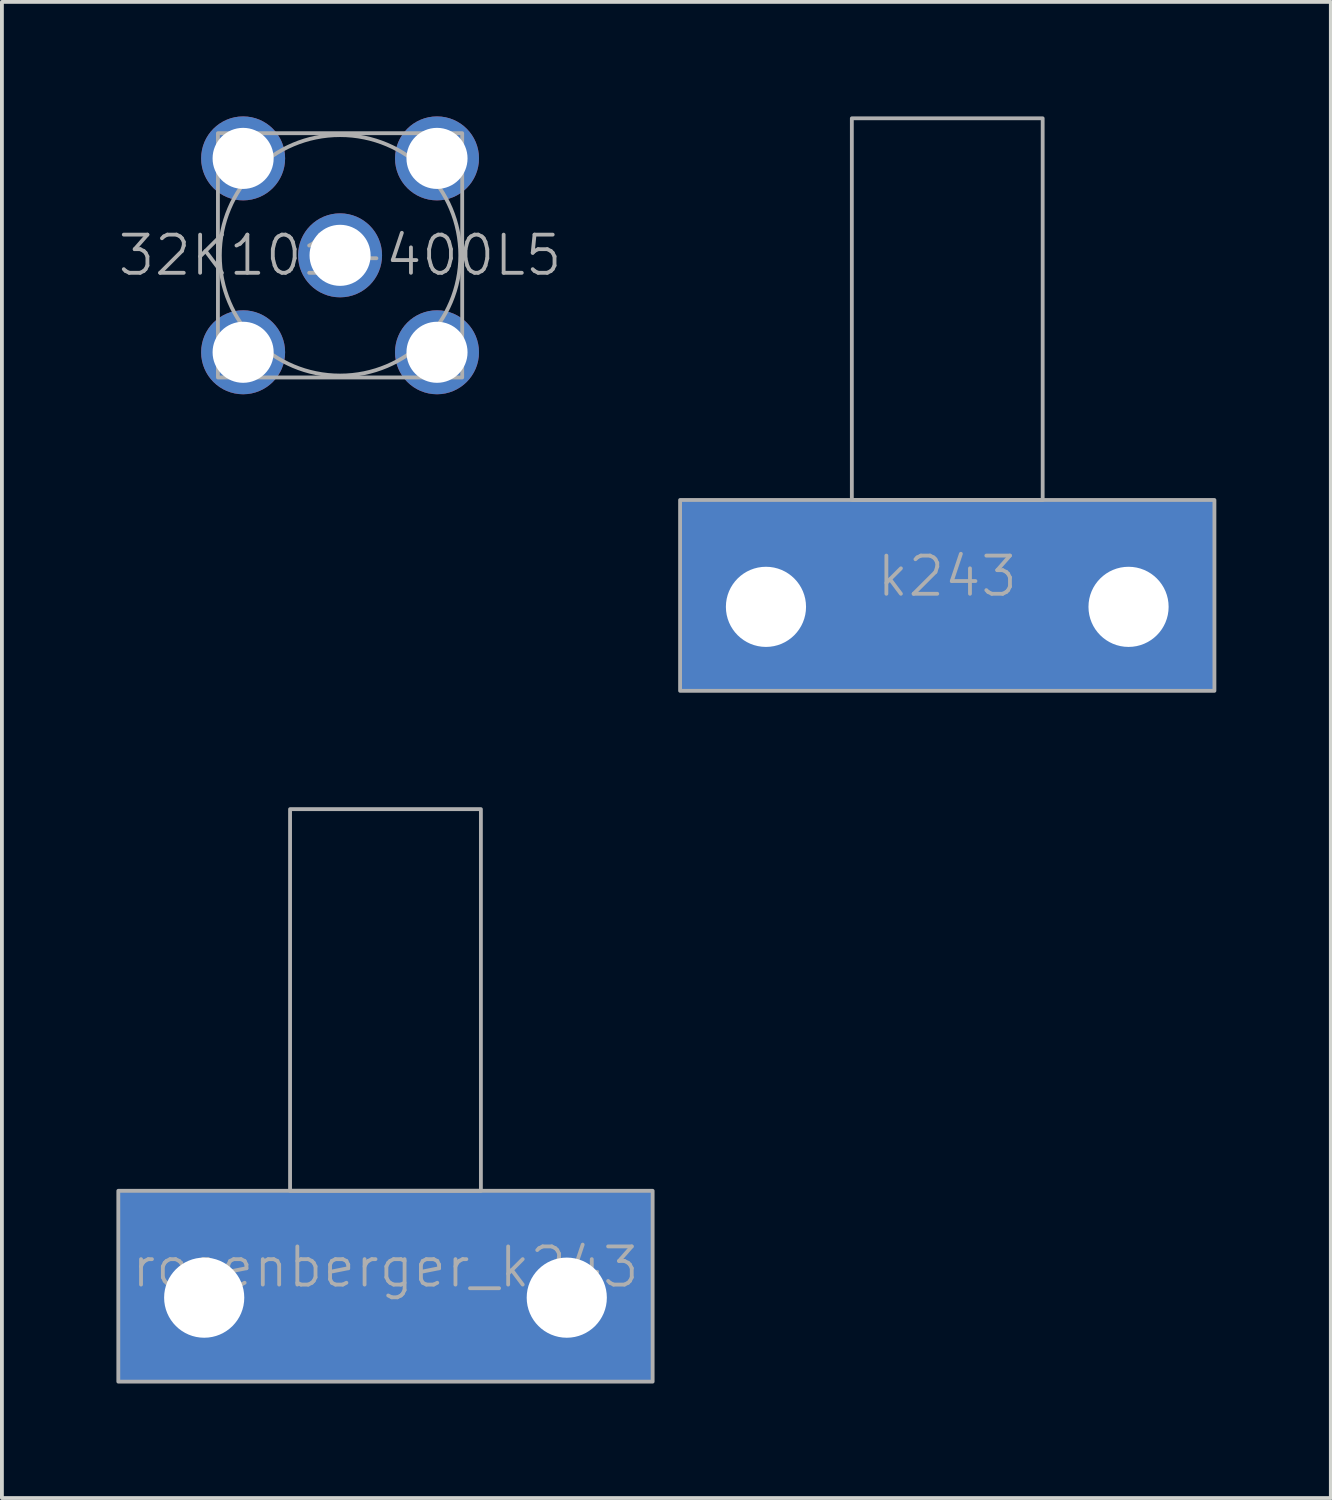
<source format=kicad_pcb>
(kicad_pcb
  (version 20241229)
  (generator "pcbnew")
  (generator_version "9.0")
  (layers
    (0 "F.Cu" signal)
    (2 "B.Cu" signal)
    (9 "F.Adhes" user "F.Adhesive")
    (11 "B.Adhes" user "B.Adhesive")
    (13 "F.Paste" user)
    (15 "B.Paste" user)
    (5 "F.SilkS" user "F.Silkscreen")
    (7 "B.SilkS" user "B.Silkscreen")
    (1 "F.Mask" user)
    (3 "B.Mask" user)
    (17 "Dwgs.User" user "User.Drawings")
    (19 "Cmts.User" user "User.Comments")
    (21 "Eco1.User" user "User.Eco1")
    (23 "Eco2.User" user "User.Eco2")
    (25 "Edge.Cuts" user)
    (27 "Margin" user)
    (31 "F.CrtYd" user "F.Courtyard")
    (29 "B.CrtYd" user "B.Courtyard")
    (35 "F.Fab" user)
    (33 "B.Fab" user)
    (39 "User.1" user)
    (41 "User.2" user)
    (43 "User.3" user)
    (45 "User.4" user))
  (footprint "k243"
    (layer "F.Cu")
    (at 21.769 10.05)
    (property "Reference" "k243" (at 0 2 0) (unlocked yes) (layer "F.Fab") (effects (font (size 1 1) (thickness 0.1))))
    (attr through_hole)
    (fp_rect (start -7 5) (end 7 0) (stroke (width 0.1) (type default)) (fill no) (layer "F.Fab"))
    (fp_rect (start -2.5 0) (end 2.5 -10) (stroke (width 0.1) (type default)) (fill no) (layer "F.Fab"))
    (pad "1" smd rect (at 0 2.5) (size 0.48 5) (layers "F.Cu" "F.Mask" "F.Paste"))
    (pad "2" thru_hole circle (at -4.75 2.8) (size 2.6 2.6) (drill 2.1) (layers "*.Cu" "*.Mask"))
    (pad "2" smd rect (at -4 2.5) (size 6 5) (layers "F.Cu" "F.Mask"))
    (pad "2" smd rect (at 0 2.5) (size 14 5) (layers "B.Cu" "B.Mask"))
    (pad "2" smd rect (at 4 2.5) (size 6 5) (layers "F.Cu" "F.Mask"))
    (pad "2" thru_hole circle (at 4.75 2.8) (size 2.6 2.6) (drill 2.1) (layers "*.Cu" "*.Mask")))
  (footprint "32K101-400L5"
    (layer "F.Cu")
    (at 5.86 3.64)
    (property "Reference" "32K101-400L5" (at 0 0 0) (unlocked yes) (layer "F.Fab") (effects (font (size 1 1) (thickness 0.1))))
    (attr through_hole)
    (fp_rect (start -3.2 3.2) (end 3.2 -3.2) (stroke (width 0.1) (type default)) (fill no) (layer "F.Fab"))
    (fp_circle (center 0 0) (end 3.15 0) (stroke (width 0.1) (type default)) (fill no) (layer "F.Fab"))
    (pad "1" thru_hole circle (at 0 0) (size 2.2 2.2) (drill 1.6) (layers "*.Cu" "*.Mask"))
    (pad "2" thru_hole circle (at -2.54 -2.54) (size 2.2 2.2) (drill 1.6) (layers "*.Cu" "*.Mask"))
    (pad "2" thru_hole circle (at -2.54 2.54) (size 2.2 2.2) (drill 1.6) (layers "*.Cu" "*.Mask"))
    (pad "2" thru_hole circle (at 2.54 -2.54) (size 2.2 2.2) (drill 1.6) (layers "*.Cu" "*.Mask"))
    (pad "2" thru_hole circle (at 2.54 2.54) (size 2.2 2.2) (drill 1.6) (layers "*.Cu" "*.Mask")))
  (footprint "rosenberger_k243"
    (layer "F.Cu")
    (at 7.05 28.15)
    (property "Reference" "rosenberger_k243" (at 0 2 0) (unlocked yes) (layer "F.Fab") (effects (font (size 1 1) (thickness 0.1))))
    (attr through_hole)
    (fp_rect (start -7 5) (end 7 0) (stroke (width 0.1) (type default)) (fill no) (layer "F.Fab"))
    (fp_rect (start -2.5 0) (end 2.5 -10) (stroke (width 0.1) (type default)) (fill no) (layer "F.Fab"))
    (pad "1" smd rect (at 0 2.5) (size 0.48 5) (layers "F.Cu" "F.Mask" "F.Paste"))
    (pad "2" thru_hole circle (at -4.75 2.8) (size 2.6 2.6) (drill 2.1) (layers "*.Cu" "*.Mask"))
    (pad "2" smd rect (at -4 2.5) (size 6 5) (layers "F.Cu" "F.Mask"))
    (pad "2" smd rect (at 0 2.5) (size 14 5) (layers "B.Cu" "B.Mask"))
    (pad "2" smd rect (at 4 2.5) (size 6 5) (layers "F.Cu" "F.Mask"))
    (pad "2" thru_hole circle (at 4.75 2.8) (size 2.6 2.6) (drill 2.1) (layers "*.Cu" "*.Mask")))
  (gr_rect
    (start -3 -3)
    (end 31.819 36.2)
    (stroke (width 0.1) (type default))
    (fill no)
    (layer "Edge.Cuts")))
</source>
